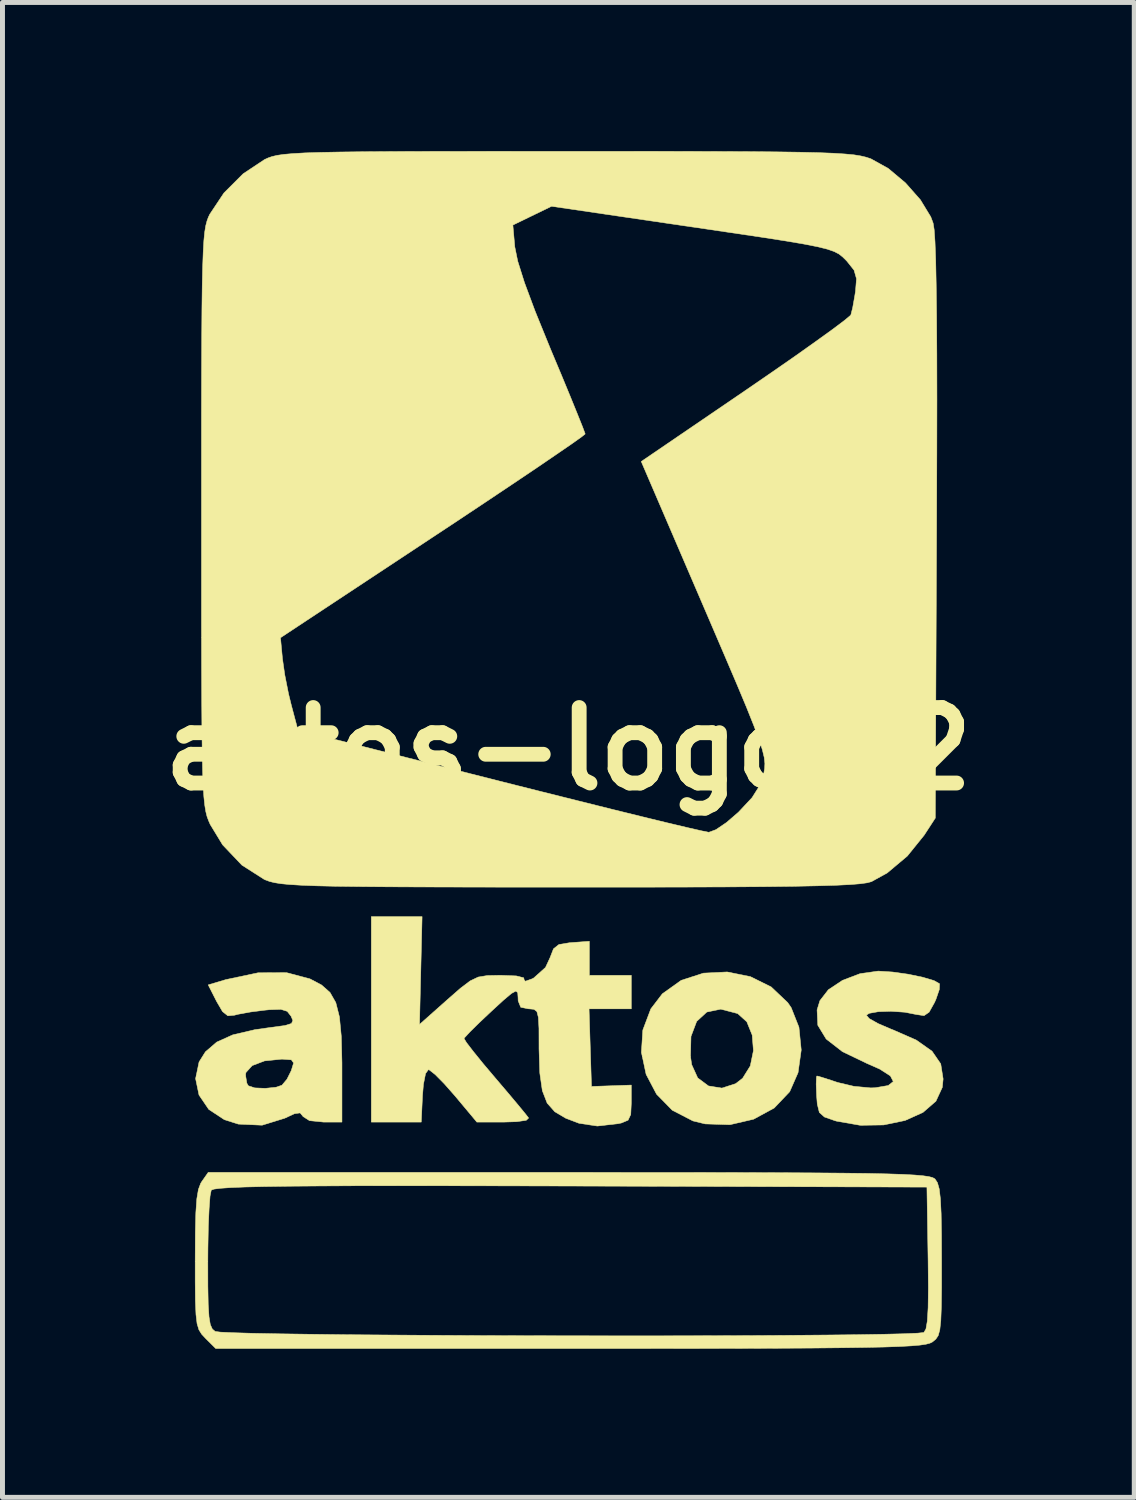
<source format=kicad_pcb>
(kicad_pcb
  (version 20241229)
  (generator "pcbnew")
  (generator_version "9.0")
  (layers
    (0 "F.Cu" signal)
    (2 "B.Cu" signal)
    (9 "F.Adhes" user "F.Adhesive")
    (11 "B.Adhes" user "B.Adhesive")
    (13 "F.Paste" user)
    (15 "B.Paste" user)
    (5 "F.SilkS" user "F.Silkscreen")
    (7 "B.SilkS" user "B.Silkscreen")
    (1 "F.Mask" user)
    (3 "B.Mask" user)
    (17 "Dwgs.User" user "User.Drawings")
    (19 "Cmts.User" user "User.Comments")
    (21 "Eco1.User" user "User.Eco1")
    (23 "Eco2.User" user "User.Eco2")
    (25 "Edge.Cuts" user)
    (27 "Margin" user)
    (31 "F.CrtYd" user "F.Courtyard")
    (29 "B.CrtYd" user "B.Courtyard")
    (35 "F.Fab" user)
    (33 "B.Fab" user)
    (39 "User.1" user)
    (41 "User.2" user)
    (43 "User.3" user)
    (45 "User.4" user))
  (footprint "aktos-logo-2"
    (layer "F.Cu")
    (at 8.426 12.07)
    (property "Reference" "aktos-logo-2" (at 0 0 0) (layer "F.SilkS") (effects (font (size 1.524 1.524) (thickness 0.3))))
    (attr through_hole)
    (fp_poly (pts (xy 3.673 4.598) (xy 4.094 4.806) (xy 4.429 5.124) (xy 4.499 5.226) (xy 4.655 5.621) (xy 4.701 6.08) (xy 4.637 6.537) (xy 4.468 6.922) (xy 4.155 7.251) (xy 3.739 7.477) (xy 3.261 7.588) (xy 2.762 7.572) (xy 2.515 7.512) (xy 2.097 7.296) (xy 1.78 6.972) (xy 1.569 6.571) (xy 1.492 6.209) (xy 2.465 6.209) (xy 2.489 6.375) (xy 2.611 6.644) (xy 2.829 6.806) (xy 3.099 6.849) (xy 3.376 6.76) (xy 3.518 6.65) (xy 3.673 6.401) (xy 3.736 6.093) (xy 3.711 5.778) (xy 3.603 5.511) (xy 3.418 5.344) (xy 3.076 5.255) (xy 2.795 5.313) (xy 2.59 5.502) (xy 2.475 5.806) (xy 2.465 6.209) (xy 1.492 6.209) (xy 1.474 6.128) (xy 1.503 5.677) (xy 1.664 5.25) (xy 1.897 4.945) (xy 2.278 4.673) (xy 2.727 4.528) (xy 3.205 4.504) (xy 3.673 4.598)) (stroke (width 0.01) (type solid)) (fill yes) (layer "F.SilkS"))
    (fp_poly (pts (xy 6.542 4.505) (xy 6.857 4.549) (xy 7.154 4.611) (xy 7.383 4.679) (xy 7.494 4.742) (xy 7.489 4.858) (xy 7.421 5.056) (xy 7.392 5.121) (xy 7.283 5.316) (xy 7.181 5.386) (xy 7.033 5.364) (xy 7.031 5.364) (xy 6.792 5.317) (xy 6.516 5.298) (xy 6.258 5.306) (xy 6.073 5.339) (xy 6.017 5.376) (xy 6.072 5.444) (xy 6.251 5.545) (xy 6.516 5.659) (xy 6.553 5.673) (xy 7.025 5.88) (xy 7.342 6.104) (xy 7.518 6.36) (xy 7.566 6.665) (xy 7.549 6.835) (xy 7.42 7.114) (xy 7.159 7.34) (xy 6.797 7.503) (xy 6.364 7.593) (xy 5.893 7.6) (xy 5.413 7.516) (xy 5.376 7.505) (xy 5.17 7.433) (xy 5.067 7.341) (xy 5.025 7.171) (xy 5.012 7.004) (xy 5.003 6.77) (xy 5.009 6.626) (xy 5.018 6.604) (xy 5.11 6.629) (xy 5.307 6.692) (xy 5.438 6.736) (xy 5.764 6.813) (xy 6.104 6.845) (xy 6.194 6.842) (xy 6.458 6.797) (xy 6.56 6.716) (xy 6.501 6.603) (xy 6.284 6.464) (xy 6.026 6.35) (xy 5.533 6.113) (xy 5.205 5.858) (xy 5.036 5.58) (xy 5.021 5.271) (xy 5.078 5.084) (xy 5.248 4.864) (xy 5.535 4.673) (xy 5.888 4.539) (xy 6.254 4.487) (xy 6.26 4.487) (xy 6.542 4.505)) (stroke (width 0.01) (type solid)) (fill yes) (layer "F.SilkS"))
    (fp_poly (pts (xy -5.219 4.643) (xy -4.984 4.767) (xy -4.813 4.918) (xy -4.696 5.123) (xy -4.623 5.411) (xy -4.585 5.806) (xy -4.572 6.338) (xy -4.572 6.474) (xy -4.572 7.535) (xy -4.944 7.535) (xy -5.227 7.506) (xy -5.359 7.422) (xy -5.362 7.415) (xy -5.417 7.35) (xy -5.531 7.366) (xy -5.728 7.457) (xy -6.184 7.598) (xy -6.664 7.576) (xy -6.947 7.486) (xy -7.261 7.279) (xy -7.458 6.989) (xy -7.527 6.657) (xy -7.512 6.588) (xy -6.519 6.588) (xy -6.492 6.75) (xy -6.463 6.802) (xy -6.333 6.845) (xy -6.12 6.854) (xy -5.904 6.832) (xy -5.784 6.791) (xy -5.682 6.67) (xy -5.595 6.496) (xy -5.548 6.341) (xy -5.593 6.278) (xy -5.767 6.265) (xy -5.796 6.265) (xy -6.136 6.3) (xy -6.385 6.395) (xy -6.511 6.535) (xy -6.519 6.588) (xy -7.512 6.588) (xy -7.457 6.322) (xy -7.329 6.117) (xy -7.1 5.92) (xy -6.776 5.774) (xy -6.328 5.669) (xy -5.993 5.622) (xy -5.724 5.586) (xy -5.591 5.545) (xy -5.563 5.484) (xy -5.599 5.398) (xy -5.677 5.299) (xy -5.804 5.259) (xy -6.032 5.266) (xy -6.125 5.275) (xy -6.417 5.312) (xy -6.663 5.357) (xy -6.746 5.378) (xy -6.876 5.389) (xy -6.983 5.304) (xy -7.102 5.1) (xy -7.272 4.765) (xy -6.917 4.659) (xy -6.266 4.521) (xy -5.691 4.518) (xy -5.219 4.643)) (stroke (width 0.01) (type solid)) (fill yes) (layer "F.SilkS"))
    (fp_poly (pts (xy -2.98 4.475) (xy -3.006 5.564) (xy -2.448 5.068) (xy -2.177 4.831) (xy -1.984 4.685) (xy -1.821 4.607) (xy -1.639 4.577) (xy -1.391 4.572) (xy -1.364 4.572) (xy -1.051 4.584) (xy -0.902 4.622) (xy -0.893 4.664) (xy -0.869 4.692) (xy -0.735 4.644) (xy -0.7 4.626) (xy -0.462 4.413) (xy -0.371 4.217) (xy -0.301 4.037) (xy -0.191 3.95) (xy 0.019 3.915) (xy 0.066 3.911) (xy 0.423 3.885) (xy 0.423 4.572) (xy 1.27 4.572) (xy 1.27 5.249) (xy 0.417 5.249) (xy 0.466 6.816) (xy 0.868 6.802) (xy 1.27 6.788) (xy 1.27 7.151) (xy 1.259 7.382) (xy 1.205 7.497) (xy 1.071 7.553) (xy 1.005 7.567) (xy 0.583 7.615) (xy 0.214 7.559) (xy -0.052 7.458) (xy -0.274 7.327) (xy -0.429 7.152) (xy -0.526 6.901) (xy -0.577 6.545) (xy -0.593 6.054) (xy -0.593 5.999) (xy -0.594 5.642) (xy -0.606 5.421) (xy -0.636 5.304) (xy -0.695 5.258) (xy -0.791 5.249) (xy -0.804 5.249) (xy -0.962 5.217) (xy -1.014 5.087) (xy -1.016 5.024) (xy -1.023 4.922) (xy -1.06 4.89) (xy -1.15 4.938) (xy -1.318 5.08) (xy -1.556 5.299) (xy -1.8 5.529) (xy -1.99 5.716) (xy -2.095 5.83) (xy -2.107 5.848) (xy -2.059 5.928) (xy -1.921 6.108) (xy -1.716 6.361) (xy -1.485 6.634) (xy -1.229 6.935) (xy -1.014 7.191) (xy -0.863 7.375) (xy -0.803 7.453) (xy -0.851 7.499) (xy -1.044 7.527) (xy -1.3 7.535) (xy -1.848 7.535) (xy -2.29 7.006) (xy -2.507 6.76) (xy -2.69 6.575) (xy -2.809 6.482) (xy -2.827 6.477) (xy -2.884 6.556) (xy -2.927 6.774) (xy -2.946 7.006) (xy -2.971 7.535) (xy -3.979 7.535) (xy -3.979 3.387) (xy -2.954 3.387) (xy -2.98 4.475)) (stroke (width 0.01) (type solid)) (fill yes) (layer "F.SilkS"))
    (fp_poly (pts (xy 1.286 8.552) (xy 2.415 8.552) (xy 3.395 8.554) (xy 4.238 8.557) (xy 4.953 8.561) (xy 5.551 8.566) (xy 6.044 8.572) (xy 6.44 8.581) (xy 6.751 8.591) (xy 6.988 8.604) (xy 7.16 8.619) (xy 7.278 8.636) (xy 7.354 8.656) (xy 7.396 8.679) (xy 7.402 8.684) (xy 7.451 8.758) (xy 7.487 8.884) (xy 7.511 9.085) (xy 7.526 9.385) (xy 7.533 9.809) (xy 7.535 10.331) (xy 7.535 10.871) (xy 7.53 11.268) (xy 7.519 11.545) (xy 7.499 11.729) (xy 7.467 11.845) (xy 7.419 11.917) (xy 7.354 11.971) (xy 7.347 11.976) (xy 7.299 11.999) (xy 7.22 12.02) (xy 7.099 12.038) (xy 6.925 12.053) (xy 6.688 12.066) (xy 6.376 12.077) (xy 5.981 12.085) (xy 5.49 12.092) (xy 4.893 12.098) (xy 4.179 12.102) (xy 3.338 12.105) (xy 2.359 12.106) (xy 1.232 12.107) (xy 0.02 12.107) (xy -7.12 12.107) (xy -7.328 11.9) (xy -7.405 11.817) (xy -7.46 11.728) (xy -7.497 11.605) (xy -7.519 11.42) (xy -7.531 11.146) (xy -7.535 10.754) (xy -7.535 10.346) (xy -7.28 10.346) (xy -7.279 10.855) (xy -7.272 11.22) (xy -7.256 11.467) (xy -7.23 11.623) (xy -7.19 11.712) (xy -7.133 11.762) (xy -7.133 11.762) (xy -7.027 11.776) (xy -6.767 11.788) (xy -6.368 11.8) (xy -5.846 11.81) (xy -5.216 11.819) (xy -4.494 11.828) (xy -3.694 11.834) (xy -2.832 11.84) (xy -1.923 11.845) (xy -0.983 11.848) (xy -0.027 11.85) (xy 0.929 11.851) (xy 1.872 11.851) (xy 2.784 11.849) (xy 3.651 11.846) (xy 4.458 11.841) (xy 5.19 11.835) (xy 5.83 11.828) (xy 6.364 11.819) (xy 6.776 11.809) (xy 7.051 11.797) (xy 7.174 11.784) (xy 7.178 11.782) (xy 7.219 11.713) (xy 7.247 11.553) (xy 7.263 11.283) (xy 7.268 10.884) (xy 7.263 10.338) (xy 7.262 10.281) (xy 7.239 8.848) (xy 0.048 8.826) (xy -1.272 8.823) (xy -2.432 8.821) (xy -3.44 8.82) (xy -4.306 8.821) (xy -5.039 8.825) (xy -5.648 8.83) (xy -6.143 8.837) (xy -6.531 8.846) (xy -6.823 8.858) (xy -7.027 8.872) (xy -7.152 8.888) (xy -7.208 8.907) (xy -7.211 8.911) (xy -7.235 9.029) (xy -7.254 9.284) (xy -7.27 9.645) (xy -7.278 10.081) (xy -7.28 10.346) (xy -7.535 10.346) (xy -7.535 10.31) (xy -7.532 9.766) (xy -7.522 9.366) (xy -7.502 9.084) (xy -7.47 8.895) (xy -7.424 8.772) (xy -7.404 8.74) (xy -7.272 8.551) (xy -0.001 8.551) (xy 1.286 8.552)) (stroke (width 0.01) (type solid)) (fill yes) (layer "F.SilkS"))
    (fp_poly (pts (xy 1.092 -12.065) (xy 2.069 -12.064) (xy 2.902 -12.062) (xy 3.604 -12.059) (xy 4.187 -12.054) (xy 4.664 -12.047) (xy 5.048 -12.038) (xy 5.351 -12.026) (xy 5.586 -12.011) (xy 5.765 -11.994) (xy 5.901 -11.972) (xy 6.007 -11.947) (xy 6.096 -11.918) (xy 6.109 -11.913) (xy 6.457 -11.72) (xy 6.805 -11.428) (xy 7.107 -11.086) (xy 7.317 -10.741) (xy 7.364 -10.615) (xy 7.385 -10.484) (xy 7.402 -10.238) (xy 7.416 -9.87) (xy 7.426 -9.375) (xy 7.434 -8.744) (xy 7.439 -7.973) (xy 7.441 -7.053) (xy 7.439 -5.979) (xy 7.435 -4.744) (xy 7.434 -4.445) (xy 7.408 1.397) (xy 7.183 1.743) (xy 6.843 2.164) (xy 6.437 2.505) (xy 6.12 2.68) (xy 6.036 2.703) (xy 5.895 2.723) (xy 5.686 2.74) (xy 5.397 2.754) (xy 5.018 2.765) (xy 4.538 2.775) (xy 3.946 2.782) (xy 3.23 2.787) (xy 2.38 2.79) (xy 1.384 2.792) (xy 0.232 2.792) (xy 0.024 2.792) (xy -1.115 2.792) (xy -2.097 2.79) (xy -2.935 2.788) (xy -3.641 2.785) (xy -4.227 2.78) (xy -4.706 2.774) (xy -5.091 2.765) (xy -5.393 2.753) (xy -5.626 2.739) (xy -5.802 2.722) (xy -5.933 2.701) (xy -6.032 2.677) (xy -6.111 2.648) (xy -6.14 2.636) (xy -6.592 2.347) (xy -6.981 1.938) (xy -7.232 1.525) (xy -7.266 1.447) (xy -7.296 1.365) (xy -7.321 1.265) (xy -7.342 1.136) (xy -7.36 0.965) (xy -7.374 0.739) (xy -7.385 0.446) (xy -7.393 0.073) (xy -7.399 -0.393) (xy -7.403 -0.964) (xy -7.406 -1.653) (xy -7.407 -2.244) (xy -5.813 -2.244) (xy -5.773 -1.82) (xy -5.726 -1.492) (xy -5.65 -1.109) (xy -5.596 -0.889) (xy -5.461 -0.381) (xy -1.397 0.649) (xy -0.591 0.852) (xy 0.169 1.042) (xy 0.866 1.216) (xy 1.483 1.368) (xy 2.005 1.495) (xy 2.414 1.592) (xy 2.695 1.656) (xy 2.83 1.683) (xy 2.836 1.684) (xy 2.979 1.631) (xy 3.193 1.486) (xy 3.432 1.28) (xy 3.437 1.275) (xy 3.709 0.984) (xy 3.869 0.73) (xy 3.945 0.495) (xy 3.962 0.396) (xy 3.967 0.295) (xy 3.954 0.173) (xy 3.916 0.016) (xy 3.848 -0.193) (xy 3.744 -0.47) (xy 3.599 -0.833) (xy 3.405 -1.297) (xy 3.157 -1.878) (xy 2.85 -2.594) (xy 2.746 -2.836) (xy 1.471 -5.802) (xy 3.568 -7.232) (xy 4.096 -7.595) (xy 4.579 -7.93) (xy 4.997 -8.227) (xy 5.334 -8.47) (xy 5.572 -8.649) (xy 5.693 -8.75) (xy 5.704 -8.765) (xy 5.74 -8.908) (xy 5.782 -9.145) (xy 5.797 -9.239) (xy 5.817 -9.492) (xy 5.768 -9.665) (xy 5.624 -9.846) (xy 5.607 -9.864) (xy 5.538 -9.932) (xy 5.465 -9.99) (xy 5.368 -10.041) (xy 5.23 -10.089) (xy 5.033 -10.138) (xy 4.759 -10.192) (xy 4.389 -10.255) (xy 3.907 -10.33) (xy 3.293 -10.421) (xy 2.53 -10.534) (xy 2.512 -10.536) (xy -0.34 -10.955) (xy -1.121 -10.576) (xy -1.082 -10.135) (xy -1.023 -9.846) (xy -0.887 -9.414) (xy -0.672 -8.837) (xy -0.377 -8.112) (xy -0.352 -8.051) (xy -0.146 -7.56) (xy 0.035 -7.122) (xy 0.181 -6.763) (xy 0.285 -6.504) (xy 0.335 -6.37) (xy 0.338 -6.358) (xy 0.269 -6.302) (xy 0.074 -6.163) (xy -0.235 -5.951) (xy -0.641 -5.674) (xy -1.132 -5.344) (xy -1.693 -4.969) (xy -2.308 -4.56) (xy -2.738 -4.276) (xy -5.813 -2.244) (xy -7.407 -2.244) (xy -7.408 -2.472) (xy -7.408 -3.435) (xy -7.408 -4.553) (xy -7.408 -4.657) (xy -7.408 -5.79) (xy -7.408 -6.766) (xy -7.406 -7.598) (xy -7.403 -8.299) (xy -7.399 -8.88) (xy -7.393 -9.354) (xy -7.384 -9.734) (xy -7.373 -10.032) (xy -7.36 -10.261) (xy -7.343 -10.434) (xy -7.322 -10.562) (xy -7.297 -10.658) (xy -7.269 -10.735) (xy -7.242 -10.792) (xy -6.956 -11.222) (xy -6.566 -11.612) (xy -6.136 -11.898) (xy -6.136 -11.898) (xy -6.064 -11.931) (xy -5.984 -11.959) (xy -5.883 -11.983) (xy -5.747 -12.003) (xy -5.564 -12.019) (xy -5.322 -12.033) (xy -5.008 -12.043) (xy -4.609 -12.051) (xy -4.114 -12.057) (xy -3.509 -12.061) (xy -2.782 -12.063) (xy -1.92 -12.064) (xy -0.91 -12.065) (xy -0.042 -12.065) (xy 1.092 -12.065)) (stroke (width 0.01) (type solid)) (fill yes) (layer "F.SilkS")))
  (gr_rect
    (start -3 -3)
    (end 19.851 27.182)
    (stroke (width 0.1) (type default))
    (fill no)
    (layer "Edge.Cuts")))
</source>
